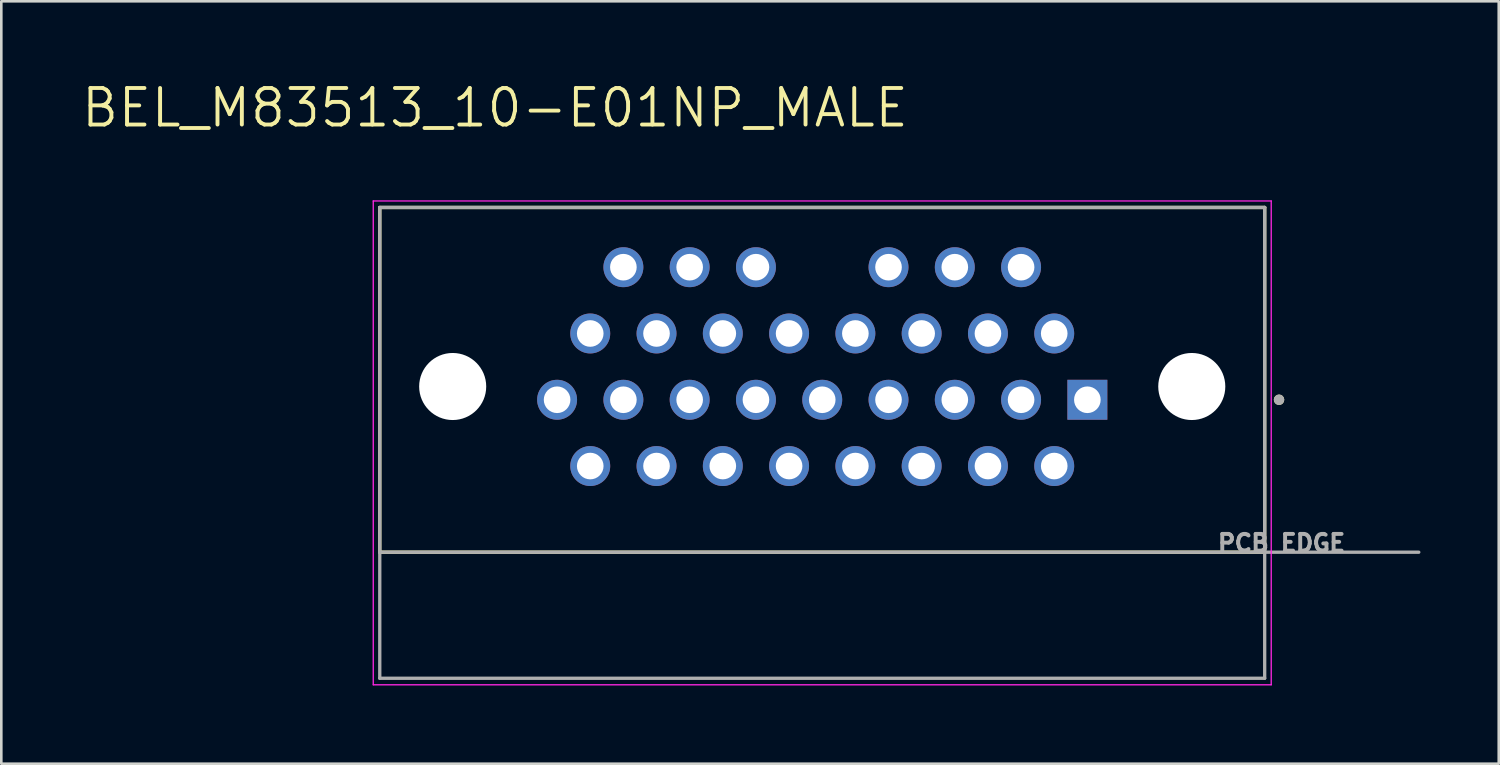
<source format=kicad_pcb>
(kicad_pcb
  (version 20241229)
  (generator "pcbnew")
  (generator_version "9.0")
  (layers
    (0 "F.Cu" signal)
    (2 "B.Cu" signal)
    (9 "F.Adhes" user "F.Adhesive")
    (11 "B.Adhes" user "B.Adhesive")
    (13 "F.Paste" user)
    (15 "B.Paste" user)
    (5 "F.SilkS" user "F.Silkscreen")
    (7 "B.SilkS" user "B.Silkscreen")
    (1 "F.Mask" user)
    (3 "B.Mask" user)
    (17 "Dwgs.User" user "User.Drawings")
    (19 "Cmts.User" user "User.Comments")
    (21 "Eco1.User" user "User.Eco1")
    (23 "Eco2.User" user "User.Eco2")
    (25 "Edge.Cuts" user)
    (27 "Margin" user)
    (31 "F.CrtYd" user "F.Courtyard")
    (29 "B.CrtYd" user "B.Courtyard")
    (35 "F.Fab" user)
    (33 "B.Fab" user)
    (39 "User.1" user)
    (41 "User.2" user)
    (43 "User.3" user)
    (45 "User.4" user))
  (footprint "BEL_M83513_10-E01NP_MALE"
    (layer "F.Cu")
    (at 28.458 11.761)
    (property "Reference" "BEL_M83513_10-E01NP_MALE" (at -12.54 -10.679 0) (layer "F.SilkS") (effects (font (size 1.4 1.4) (thickness 0.15))))
    (attr through_hole)
    (fp_line (start -16.955 -6.86) (end -16.955 6.35) (stroke (width 0.127) (type solid)) (layer "F.SilkS"))
    (fp_line (start -16.955 -6.86) (end 16.955 -6.86) (stroke (width 0.127) (type solid)) (layer "F.SilkS"))
    (fp_line (start -16.955 6.35) (end 16.955 6.35) (stroke (width 0.127) (type solid)) (layer "F.SilkS"))
    (fp_line (start 16.955 6.35) (end 16.955 -6.86) (stroke (width 0.127) (type solid)) (layer "F.SilkS"))
    (fp_circle (center 17.505 0.508) (end 17.605 0.508) (stroke (width 0.2) (type solid)) (fill no) (layer "F.SilkS"))
    (fp_line (start -17.205 -7.11) (end -17.205 11.43) (stroke (width 0.05) (type solid)) (layer "F.CrtYd"))
    (fp_line (start -17.205 -7.11) (end 17.205 -7.11) (stroke (width 0.05) (type solid)) (layer "F.CrtYd"))
    (fp_line (start -17.205 11.43) (end 17.205 11.43) (stroke (width 0.05) (type solid)) (layer "F.CrtYd"))
    (fp_line (start 17.205 11.43) (end 17.205 -7.11) (stroke (width 0.05) (type solid)) (layer "F.CrtYd"))
    (fp_line (start -16.955 -6.86) (end -16.955 6.35) (stroke (width 0.127) (type solid)) (layer "F.Fab"))
    (fp_line (start -16.955 -6.86) (end 16.955 -6.86) (stroke (width 0.127) (type solid)) (layer "F.Fab"))
    (fp_line (start -16.955 6.35) (end -16.955 11.18) (stroke (width 0.127) (type solid)) (layer "F.Fab"))
    (fp_line (start -16.955 6.35) (end 16.955 6.35) (stroke (width 0.127) (type solid)) (layer "F.Fab"))
    (fp_line (start -16.955 11.18) (end 16.955 11.18) (stroke (width 0.127) (type solid)) (layer "F.Fab"))
    (fp_line (start 16.955 6.35) (end 16.955 -6.86) (stroke (width 0.127) (type solid)) (layer "F.Fab"))
    (fp_line (start 16.955 11.18) (end 16.955 6.35) (stroke (width 0.127) (type solid)) (layer "F.Fab"))
    (fp_line (start 22.86 6.35) (end 16.955 6.35) (stroke (width 0.127) (type solid)) (layer "F.Fab"))
    (fp_circle (center 17.505 0.508) (end 17.605 0.508) (stroke (width 0.2) (type solid)) (fill no) (layer "F.Fab"))
    (fp_text user "PCB EDGE" (at 17.6 6 0) (layer "F.Fab") (effects (font (size 0.64 0.64) (thickness 0.15))))
    (pad "" np_thru_hole circle (at -14.161 0) (size 2.57 2.57) (drill 2.57) (layers "*.Cu" "*.Mask"))
    (pad "" np_thru_hole circle (at 14.161 0) (size 2.57 2.57) (drill 2.57) (layers "*.Cu" "*.Mask"))
    (pad "1" thru_hole rect (at 10.16 0.508) (size 1.53 1.53) (drill 1.02) (layers "*.Cu" "*.Mask"))
    (pad "2" thru_hole circle (at 8.89 3.048) (size 1.53 1.53) (drill 1.02) (layers "*.Cu" "*.Mask"))
    (pad "3" thru_hole circle (at 7.62 0.508) (size 1.53 1.53) (drill 1.02) (layers "*.Cu" "*.Mask"))
    (pad "4" thru_hole circle (at 6.35 3.048) (size 1.53 1.53) (drill 1.02) (layers "*.Cu" "*.Mask"))
    (pad "5" thru_hole circle (at 5.08 0.508) (size 1.53 1.53) (drill 1.02) (layers "*.Cu" "*.Mask"))
    (pad "6" thru_hole circle (at 3.81 3.048) (size 1.53 1.53) (drill 1.02) (layers "*.Cu" "*.Mask"))
    (pad "7" thru_hole circle (at 2.54 0.508) (size 1.53 1.53) (drill 1.02) (layers "*.Cu" "*.Mask"))
    (pad "8" thru_hole circle (at 1.27 3.048) (size 1.53 1.53) (drill 1.02) (layers "*.Cu" "*.Mask"))
    (pad "9" thru_hole circle (at -1.27 3.048) (size 1.53 1.53) (drill 1.02) (layers "*.Cu" "*.Mask"))
    (pad "10" thru_hole circle (at -2.54 0.508) (size 1.53 1.53) (drill 1.02) (layers "*.Cu" "*.Mask"))
    (pad "11" thru_hole circle (at -3.81 3.048) (size 1.53 1.53) (drill 1.02) (layers "*.Cu" "*.Mask"))
    (pad "12" thru_hole circle (at -5.08 0.508) (size 1.53 1.53) (drill 1.02) (layers "*.Cu" "*.Mask"))
    (pad "13" thru_hole circle (at -6.35 3.048) (size 1.53 1.53) (drill 1.02) (layers "*.Cu" "*.Mask"))
    (pad "14" thru_hole circle (at -7.62 0.508) (size 1.53 1.53) (drill 1.02) (layers "*.Cu" "*.Mask"))
    (pad "15" thru_hole circle (at -8.89 3.048) (size 1.53 1.53) (drill 1.02) (layers "*.Cu" "*.Mask"))
    (pad "16" thru_hole circle (at -10.16 0.508) (size 1.53 1.53) (drill 1.02) (layers "*.Cu" "*.Mask"))
    (pad "17" thru_hole circle (at 8.89 -2.032) (size 1.53 1.53) (drill 1.02) (layers "*.Cu" "*.Mask"))
    (pad "18" thru_hole circle (at 7.62 -4.572) (size 1.53 1.53) (drill 1.02) (layers "*.Cu" "*.Mask"))
    (pad "19" thru_hole circle (at 6.35 -2.032) (size 1.53 1.53) (drill 1.02) (layers "*.Cu" "*.Mask"))
    (pad "20" thru_hole circle (at 5.08 -4.572) (size 1.53 1.53) (drill 1.02) (layers "*.Cu" "*.Mask"))
    (pad "21" thru_hole circle (at 3.81 -2.032) (size 1.53 1.53) (drill 1.02) (layers "*.Cu" "*.Mask"))
    (pad "22" thru_hole circle (at 2.54 -4.572) (size 1.53 1.53) (drill 1.02) (layers "*.Cu" "*.Mask"))
    (pad "23" thru_hole circle (at 1.27 -2.032) (size 1.53 1.53) (drill 1.02) (layers "*.Cu" "*.Mask"))
    (pad "24" thru_hole circle (at 0 0.508) (size 1.53 1.53) (drill 1.02) (layers "*.Cu" "*.Mask"))
    (pad "25" thru_hole circle (at -1.27 -2.032) (size 1.53 1.53) (drill 1.02) (layers "*.Cu" "*.Mask"))
    (pad "26" thru_hole circle (at -2.54 -4.572) (size 1.53 1.53) (drill 1.02) (layers "*.Cu" "*.Mask"))
    (pad "27" thru_hole circle (at -3.81 -2.032) (size 1.53 1.53) (drill 1.02) (layers "*.Cu" "*.Mask"))
    (pad "28" thru_hole circle (at -5.08 -4.572) (size 1.53 1.53) (drill 1.02) (layers "*.Cu" "*.Mask"))
    (pad "29" thru_hole circle (at -6.35 -2.032) (size 1.53 1.53) (drill 1.02) (layers "*.Cu" "*.Mask"))
    (pad "30" thru_hole circle (at -8.89 -2.032) (size 1.53 1.53) (drill 1.02) (layers "*.Cu" "*.Mask"))
    (pad "31" thru_hole circle (at -7.62 -4.572) (size 1.53 1.53) (drill 1.02) (layers "*.Cu" "*.Mask")))
  (gr_rect
    (start -3 -3)
    (end 54.382 26.216)
    (stroke (width 0.1) (type default))
    (fill no)
    (layer "Edge.Cuts")))
</source>
